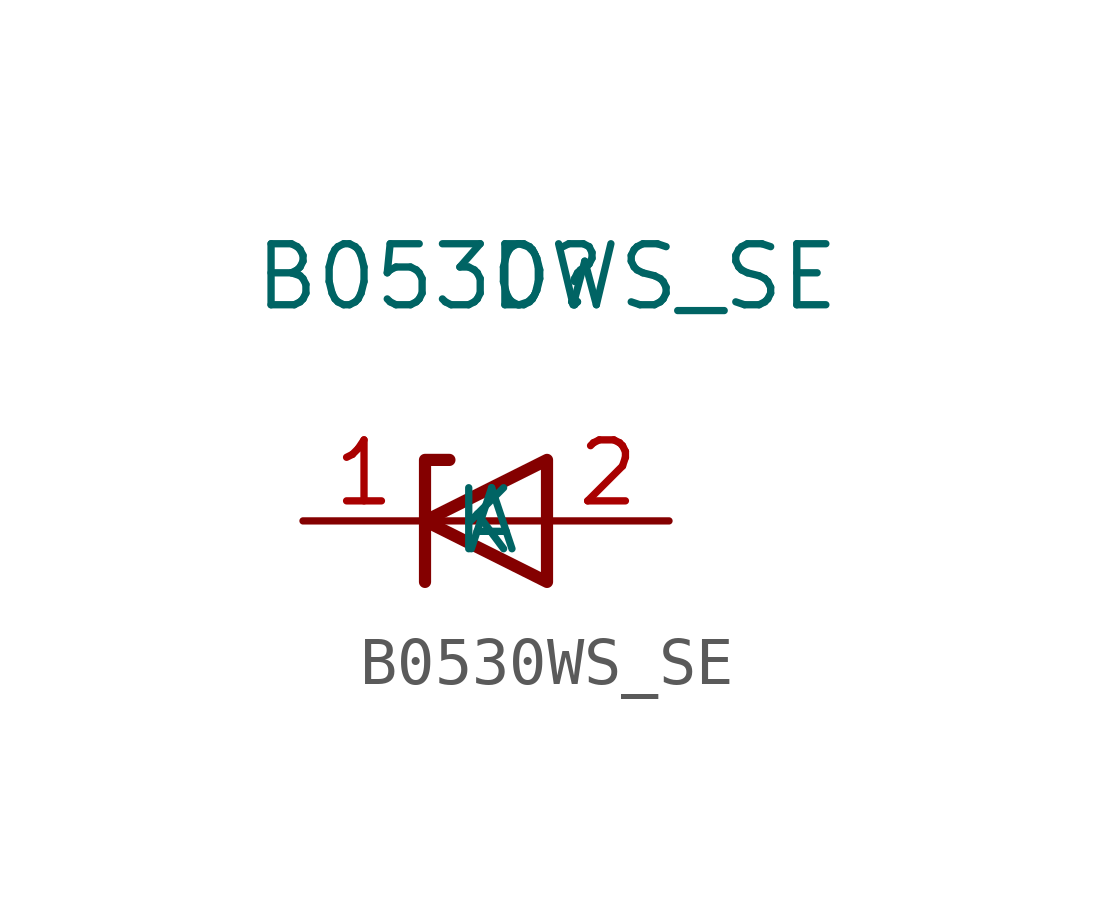
<source format=kicad_sym>
(kicad_symbol_lib
  (version 20211014)
  (generator kicad_symbol_editor)
  (symbol "B0530WS_SE"
    (property "Reference" "D"
      (at 0 0 0)
      (effects (font (size 1.27 1.27))))
    (property "Value" "B0530WS_SE"
      (at 0 0 0)
      (effects (font (size 1.27 1.27))))
    (symbol "B0530WS_SE_0_1"
      (polyline (pts (xy 0 -5.08) (xy -2.54 -5.08)) (stroke (width 0) (type default) (color 0 0 0 0)) (fill (type none)))
      (polyline (pts (xy -2.54 -6.35) (xy -2.54 -3.81) (xy -2.032 -3.81)) (stroke (width 0.254) (type default) (color 0 0 0 0)) (fill (type none)))
      (polyline (pts (xy 0 -6.35) (xy 0 -3.81) (xy -2.54 -5.08) (xy 0 -6.35)) (stroke (width 0.254) (type default) (color 0 0 0 0)) (fill (type none))))
    (symbol "B0530WS_SE_1_1"
      (pin passive line (at -5.08 -5.08 0) (length 2.54) (name "K" (effects (font (size 1.27 1.27)))) (number "1" (effects (font (size 1.27 1.27)))))
      (pin passive line (at 2.54 -5.08 180) (length 2.54) (name "A" (effects (font (size 1.27 1.27)))) (number "2" (effects (font (size 1.27 1.27))))))))
</source>
